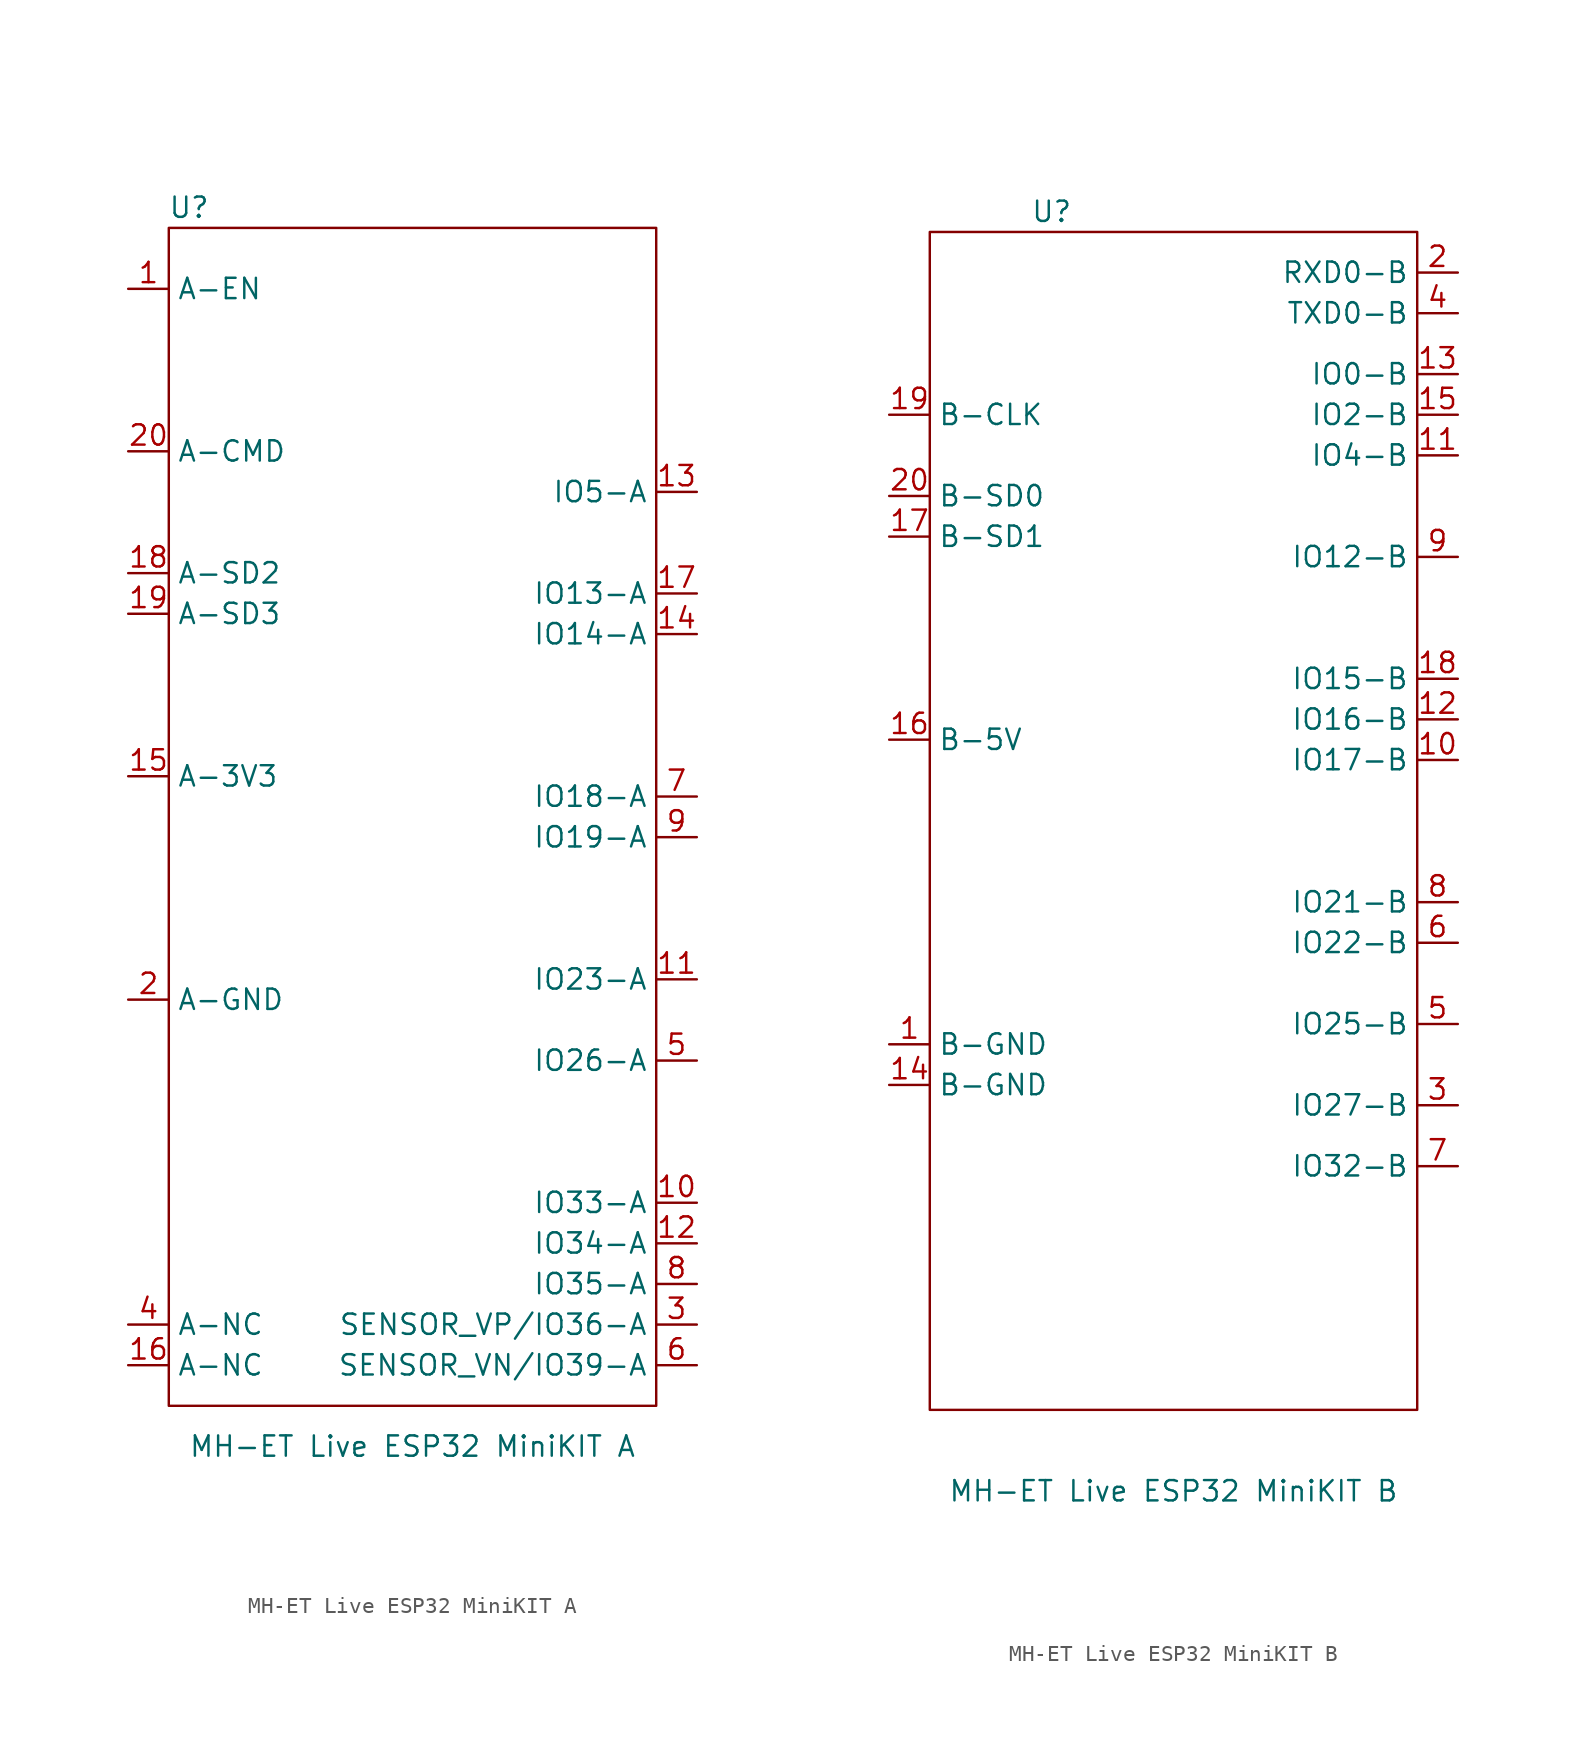
<source format=kicad_sym>
(kicad_symbol_lib
  (version 20231120)
  (generator "kicad_symbol_editor")
  (generator_version "8.0")
  (symbol "MH-ET Live ESP32 MiniKIT A"
    (property "Reference" "U"
      (at -13.97 38.1 0)
      (effects (font (size 1.27 1.27))))
    (property "Value" "MH-ET Live ESP32 MiniKIT A"
      (at 0 -39.37 0)
      (effects (font (size 1.27 1.27))))
    (symbol "MH-ET Live ESP32 MiniKIT A_0_0"
      (pin passive line (at -17.78 33.02 0) (length 2.54) (name "A-EN" (effects (font (size 1.27 1.27)))) (number "1" (effects (font (size 1.27 1.27)))))
      (pin passive line (at 17.78 -24.13 180) (length 2.54) (name "IO33-A" (effects (font (size 1.27 1.27)))) (number "10" (effects (font (size 1.27 1.27)))))
      (pin passive line (at 17.78 -10.16 180) (length 2.54) (name "IO23-A" (effects (font (size 1.27 1.27)))) (number "11" (effects (font (size 1.27 1.27)))))
      (pin passive line (at 17.78 -26.67 180) (length 2.54) (name "IO34-A" (effects (font (size 1.27 1.27)))) (number "12" (effects (font (size 1.27 1.27)))))
      (pin passive line (at 17.78 20.32 180) (length 2.54) (name "IO5-A" (effects (font (size 1.27 1.27)))) (number "13" (effects (font (size 1.27 1.27)))))
      (pin passive line (at 17.78 11.43 180) (length 2.54) (name "IO14-A" (effects (font (size 1.27 1.27)))) (number "14" (effects (font (size 1.27 1.27)))))
      (pin power_out line (at -17.78 2.54 0) (length 2.54) (name "A-3V3" (effects (font (size 1.27 1.27)))) (number "15" (effects (font (size 1.27 1.27)))))
      (pin free line (at -17.78 -34.29 0) (length 2.54) (name "A-NC" (effects (font (size 1.27 1.27)))) (number "16" (effects (font (size 1.27 1.27)))))
      (pin passive line (at 17.78 13.97 180) (length 2.54) (name "IO13-A" (effects (font (size 1.27 1.27)))) (number "17" (effects (font (size 1.27 1.27)))))
      (pin passive line (at -17.78 15.24 0) (length 2.54) (name "A-SD2" (effects (font (size 1.27 1.27)))) (number "18" (effects (font (size 1.27 1.27)))))
      (pin passive line (at -17.78 12.7 0) (length 2.54) (name "A-SD3" (effects (font (size 1.27 1.27)))) (number "19" (effects (font (size 1.27 1.27)))))
      (pin power_in line (at -17.78 -11.43 0) (length 2.54) (name "A-GND" (effects (font (size 1.27 1.27)))) (number "2" (effects (font (size 1.27 1.27)))))
      (pin passive line (at -17.78 22.86 0) (length 2.54) (name "A-CMD" (effects (font (size 1.27 1.27)))) (number "20" (effects (font (size 1.27 1.27)))))
      (pin passive line (at 17.78 -31.75 180) (length 2.54) (name "SENSOR_VP/IO36-A" (effects (font (size 1.27 1.27)))) (number "3" (effects (font (size 1.27 1.27)))))
      (pin free line (at -17.78 -31.75 0) (length 2.54) (name "A-NC" (effects (font (size 1.27 1.27)))) (number "4" (effects (font (size 1.27 1.27)))))
      (pin passive line (at 17.78 -15.24 180) (length 2.54) (name "IO26-A" (effects (font (size 1.27 1.27)))) (number "5" (effects (font (size 1.27 1.27)))))
      (pin passive line (at 17.78 -34.29 180) (length 2.54) (name "SENSOR_VN/IO39-A" (effects (font (size 1.27 1.27)))) (number "6" (effects (font (size 1.27 1.27)))))
      (pin passive line (at 17.78 1.27 180) (length 2.54) (name "IO18-A" (effects (font (size 1.27 1.27)))) (number "7" (effects (font (size 1.27 1.27)))))
      (pin passive line (at 17.78 -29.21 180) (length 2.54) (name "IO35-A" (effects (font (size 1.27 1.27)))) (number "8" (effects (font (size 1.27 1.27)))))
      (pin passive line (at 17.78 -1.27 180) (length 2.54) (name "IO19-A" (effects (font (size 1.27 1.27)))) (number "9" (effects (font (size 1.27 1.27))))))
    (symbol "MH-ET Live ESP32 MiniKIT A_0_1"
      (rectangle (start -15.24 36.83) (end 15.24 -36.83) (stroke (width 0.152) (type default)) (fill (type none)))))
  (symbol "MH-ET Live ESP32 MiniKIT B"
    (property "Reference" "U"
      (at -7.62 38.1 0)
      (effects (font (size 1.27 1.27))))
    (property "Value" "MH-ET Live ESP32 MiniKIT B"
      (at 0 -41.91 0)
      (effects (font (size 1.27 1.27))))
    (symbol "MH-ET Live ESP32 MiniKIT B_0_0"
      (pin passive line (at -17.78 -13.97 0) (length 2.54) (name "B-GND" (effects (font (size 1.27 1.27)))) (number "1" (effects (font (size 1.27 1.27)))))
      (pin passive line (at 17.78 3.81 180) (length 2.54) (name "IO17-B" (effects (font (size 1.27 1.27)))) (number "10" (effects (font (size 1.27 1.27)))))
      (pin passive line (at 17.78 22.86 180) (length 2.54) (name "IO4-B" (effects (font (size 1.27 1.27)))) (number "11" (effects (font (size 1.27 1.27)))))
      (pin passive line (at 17.78 6.35 180) (length 2.54) (name "IO16-B" (effects (font (size 1.27 1.27)))) (number "12" (effects (font (size 1.27 1.27)))))
      (pin passive line (at 17.78 27.94 180) (length 2.54) (name "IO0-B" (effects (font (size 1.27 1.27)))) (number "13" (effects (font (size 1.27 1.27)))))
      (pin power_in line (at -17.78 -16.51 0) (length 2.54) (name "B-GND" (effects (font (size 1.27 1.27)))) (number "14" (effects (font (size 1.27 1.27)))))
      (pin passive line (at 17.78 25.4 180) (length 2.54) (name "IO2-B" (effects (font (size 1.27 1.27)))) (number "15" (effects (font (size 1.27 1.27)))))
      (pin power_in line (at -17.78 5.08 0) (length 2.54) (name "B-5V" (effects (font (size 1.27 1.27)))) (number "16" (effects (font (size 1.27 1.27)))))
      (pin passive line (at -17.78 17.78 0) (length 2.54) (name "B-SD1" (effects (font (size 1.27 1.27)))) (number "17" (effects (font (size 1.27 1.27)))))
      (pin passive line (at 17.78 8.89 180) (length 2.54) (name "IO15-B" (effects (font (size 1.27 1.27)))) (number "18" (effects (font (size 1.27 1.27)))))
      (pin passive line (at -17.78 25.4 0) (length 2.54) (name "B-CLK" (effects (font (size 1.27 1.27)))) (number "19" (effects (font (size 1.27 1.27)))))
      (pin passive line (at 17.78 34.29 180) (length 2.54) (name "RXD0-B" (effects (font (size 1.27 1.27)))) (number "2" (effects (font (size 1.27 1.27)))))
      (pin passive line (at -17.78 20.32 0) (length 2.54) (name "B-SD0" (effects (font (size 1.27 1.27)))) (number "20" (effects (font (size 1.27 1.27)))))
      (pin passive line (at 17.78 -17.78 180) (length 2.54) (name "IO27-B" (effects (font (size 1.27 1.27)))) (number "3" (effects (font (size 1.27 1.27)))))
      (pin passive line (at 17.78 31.75 180) (length 2.54) (name "TXD0-B" (effects (font (size 1.27 1.27)))) (number "4" (effects (font (size 1.27 1.27)))))
      (pin passive line (at 17.78 -12.7 180) (length 2.54) (name "IO25-B" (effects (font (size 1.27 1.27)))) (number "5" (effects (font (size 1.27 1.27)))))
      (pin passive line (at 17.78 -7.62 180) (length 2.54) (name "IO22-B" (effects (font (size 1.27 1.27)))) (number "6" (effects (font (size 1.27 1.27)))))
      (pin passive line (at 17.78 -21.59 180) (length 2.54) (name "IO32-B" (effects (font (size 1.27 1.27)))) (number "7" (effects (font (size 1.27 1.27)))))
      (pin passive line (at 17.78 -5.08 180) (length 2.54) (name "IO21-B" (effects (font (size 1.27 1.27)))) (number "8" (effects (font (size 1.27 1.27)))))
      (pin passive line (at 17.78 16.51 180) (length 2.54) (name "IO12-B" (effects (font (size 1.27 1.27)))) (number "9" (effects (font (size 1.27 1.27))))))
    (symbol "MH-ET Live ESP32 MiniKIT B_0_1"
      (rectangle (start -15.24 36.83) (end 15.24 -36.83) (stroke (width 0.152) (type default)) (fill (type none))))))
</source>
